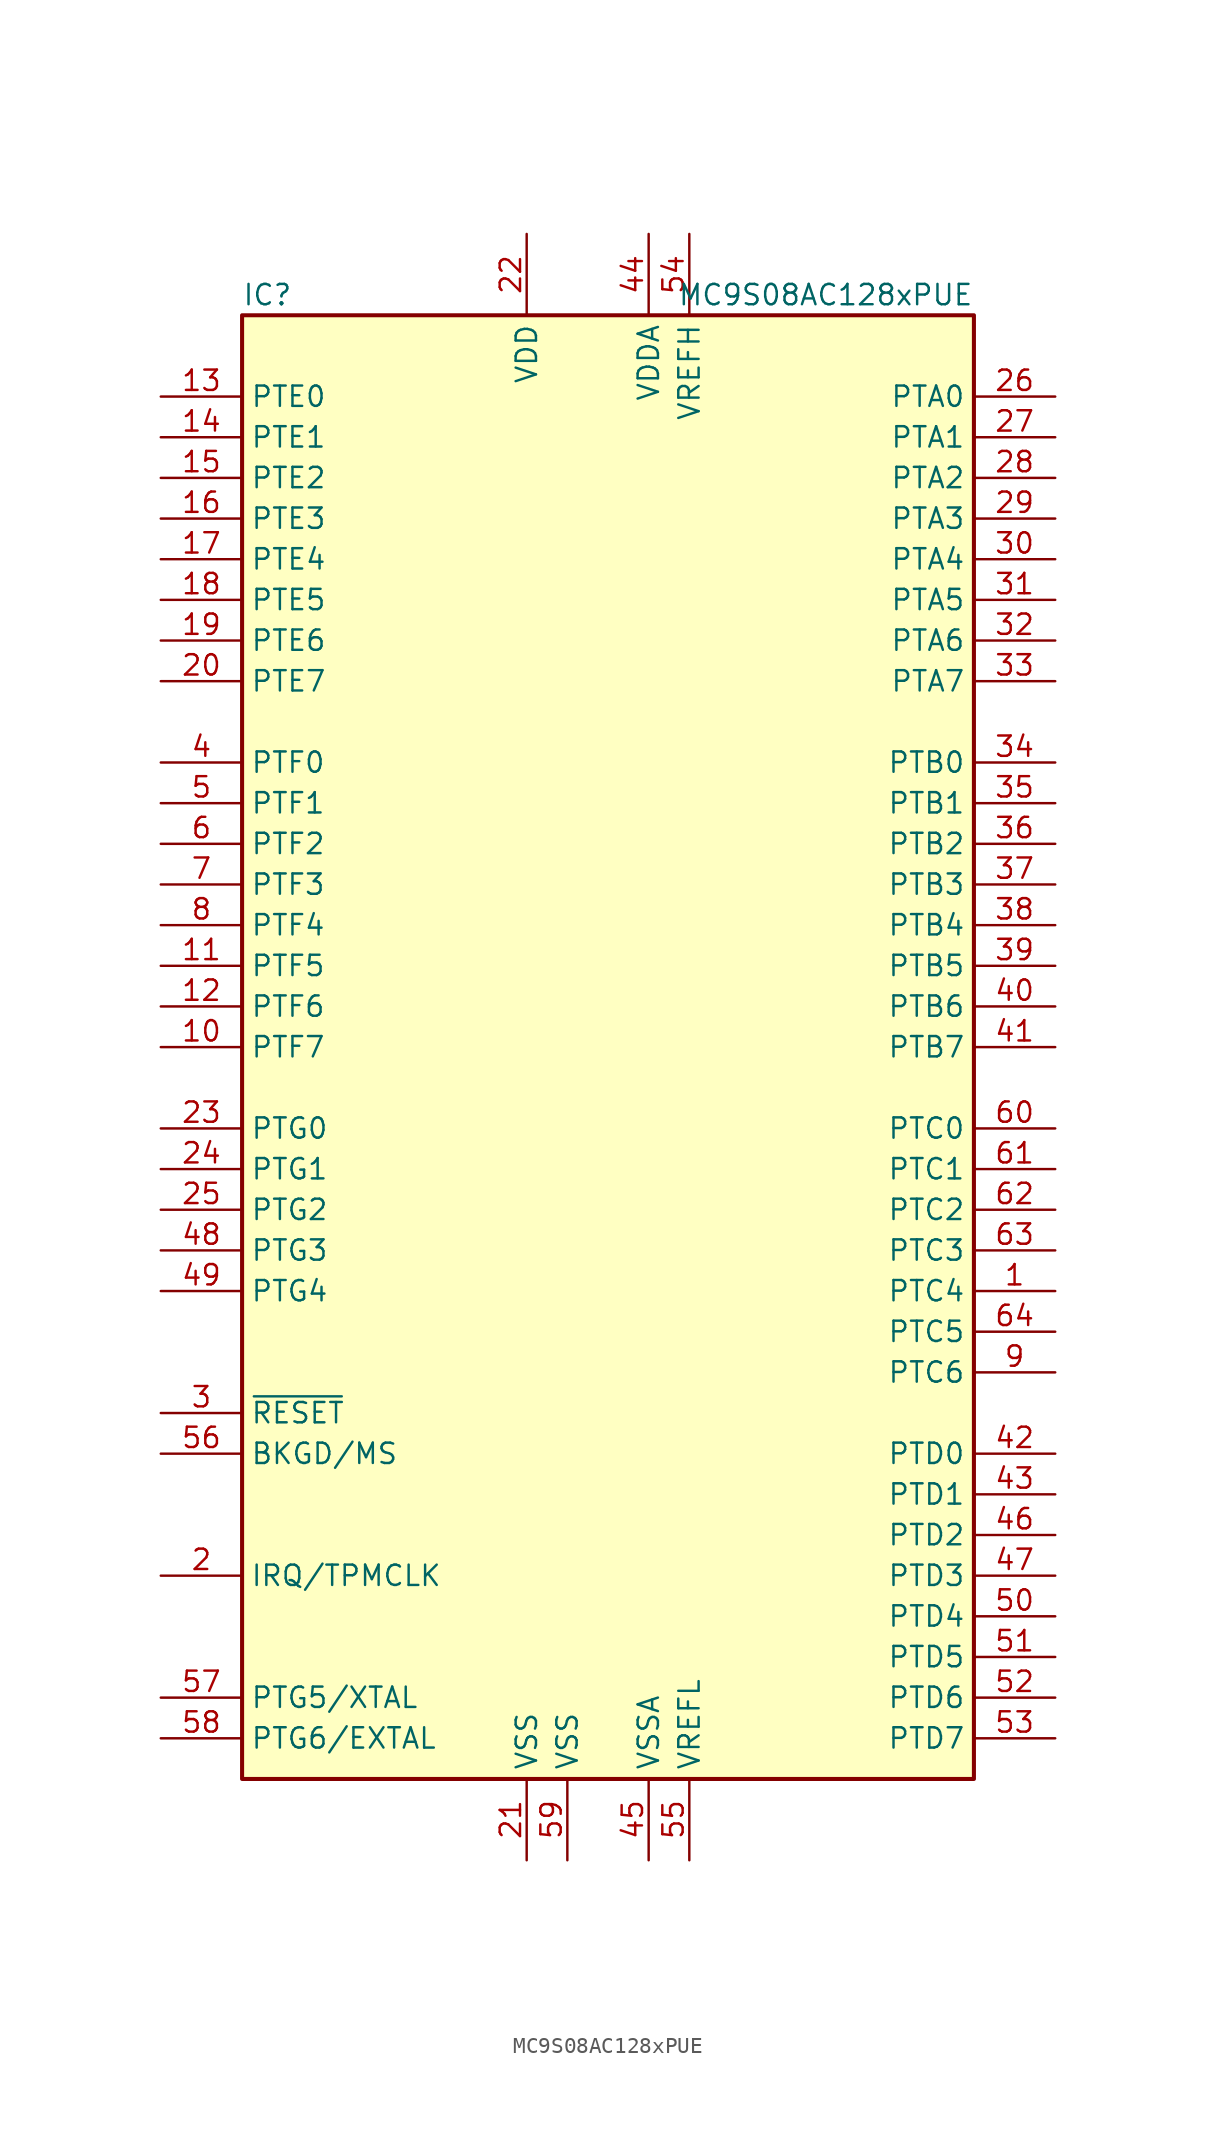
<source format=kicad_sym>
(kicad_symbol_lib
  (version 20201005)
  (generator kicad_symbol_editor)
  (symbol "MC9S08AC128xPUE"
    (property "Reference" "IC"
      (at -22.86 46.99 0)
      (effects (font (size 1.27 1.27)) (justify left)))
    (property "Value" "MC9S08AC128xPUE"
      (at 22.86 46.99 0)
      (effects (font (size 1.27 1.27)) (justify right)))
    (symbol "MC9S08AC128xPUE_0_1"
      (rectangle (start -22.86 45.72) (end 22.86 -45.72) (stroke (width 0.254)) (fill (type background))))
    (symbol "MC9S08AC128xPUE_1_1"
      (pin bidirectional line (at 27.94 -15.24 180) (length 5.08) (name "PTC4" (effects (font (size 1.27 1.27)))) (number "1" (effects (font (size 1.27 1.27)))))
      (pin bidirectional line (at -27.94 0 0) (length 5.08) (name "PTF7" (effects (font (size 1.27 1.27)))) (number "10" (effects (font (size 1.27 1.27)))))
      (pin bidirectional line (at -27.94 5.08 0) (length 5.08) (name "PTF5" (effects (font (size 1.27 1.27)))) (number "11" (effects (font (size 1.27 1.27)))))
      (pin bidirectional line (at -27.94 2.54 0) (length 5.08) (name "PTF6" (effects (font (size 1.27 1.27)))) (number "12" (effects (font (size 1.27 1.27)))))
      (pin bidirectional line (at -27.94 40.64 0) (length 5.08) (name "PTE0" (effects (font (size 1.27 1.27)))) (number "13" (effects (font (size 1.27 1.27)))))
      (pin bidirectional line (at -27.94 38.1 0) (length 5.08) (name "PTE1" (effects (font (size 1.27 1.27)))) (number "14" (effects (font (size 1.27 1.27)))))
      (pin bidirectional line (at -27.94 35.56 0) (length 5.08) (name "PTE2" (effects (font (size 1.27 1.27)))) (number "15" (effects (font (size 1.27 1.27)))))
      (pin bidirectional line (at -27.94 33.02 0) (length 5.08) (name "PTE3" (effects (font (size 1.27 1.27)))) (number "16" (effects (font (size 1.27 1.27)))))
      (pin bidirectional line (at -27.94 30.48 0) (length 5.08) (name "PTE4" (effects (font (size 1.27 1.27)))) (number "17" (effects (font (size 1.27 1.27)))))
      (pin bidirectional line (at -27.94 27.94 0) (length 5.08) (name "PTE5" (effects (font (size 1.27 1.27)))) (number "18" (effects (font (size 1.27 1.27)))))
      (pin bidirectional line (at -27.94 25.4 0) (length 5.08) (name "PTE6" (effects (font (size 1.27 1.27)))) (number "19" (effects (font (size 1.27 1.27)))))
      (pin input line (at -27.94 -33.02 0) (length 5.08) (name "IRQ/TPMCLK" (effects (font (size 1.27 1.27)))) (number "2" (effects (font (size 1.27 1.27)))))
      (pin bidirectional line (at -27.94 22.86 0) (length 5.08) (name "PTE7" (effects (font (size 1.27 1.27)))) (number "20" (effects (font (size 1.27 1.27)))))
      (pin power_in line (at -5.08 -50.8 90) (length 5.08) (name "VSS" (effects (font (size 1.27 1.27)))) (number "21" (effects (font (size 1.27 1.27)))))
      (pin power_in line (at -5.08 50.8 270) (length 5.08) (name "VDD" (effects (font (size 1.27 1.27)))) (number "22" (effects (font (size 1.27 1.27)))))
      (pin bidirectional line (at -27.94 -5.08 0) (length 5.08) (name "PTG0" (effects (font (size 1.27 1.27)))) (number "23" (effects (font (size 1.27 1.27)))))
      (pin bidirectional line (at -27.94 -7.62 0) (length 5.08) (name "PTG1" (effects (font (size 1.27 1.27)))) (number "24" (effects (font (size 1.27 1.27)))))
      (pin bidirectional line (at -27.94 -10.16 0) (length 5.08) (name "PTG2" (effects (font (size 1.27 1.27)))) (number "25" (effects (font (size 1.27 1.27)))))
      (pin bidirectional line (at 27.94 40.64 180) (length 5.08) (name "PTA0" (effects (font (size 1.27 1.27)))) (number "26" (effects (font (size 1.27 1.27)))))
      (pin bidirectional line (at 27.94 38.1 180) (length 5.08) (name "PTA1" (effects (font (size 1.27 1.27)))) (number "27" (effects (font (size 1.27 1.27)))))
      (pin bidirectional line (at 27.94 35.56 180) (length 5.08) (name "PTA2" (effects (font (size 1.27 1.27)))) (number "28" (effects (font (size 1.27 1.27)))))
      (pin bidirectional line (at 27.94 33.02 180) (length 5.08) (name "PTA3" (effects (font (size 1.27 1.27)))) (number "29" (effects (font (size 1.27 1.27)))))
      (pin input line (at -27.94 -22.86 0) (length 5.08) (name "~RESET" (effects (font (size 1.27 1.27)))) (number "3" (effects (font (size 1.27 1.27)))))
      (pin bidirectional line (at 27.94 30.48 180) (length 5.08) (name "PTA4" (effects (font (size 1.27 1.27)))) (number "30" (effects (font (size 1.27 1.27)))))
      (pin bidirectional line (at 27.94 27.94 180) (length 5.08) (name "PTA5" (effects (font (size 1.27 1.27)))) (number "31" (effects (font (size 1.27 1.27)))))
      (pin bidirectional line (at 27.94 25.4 180) (length 5.08) (name "PTA6" (effects (font (size 1.27 1.27)))) (number "32" (effects (font (size 1.27 1.27)))))
      (pin bidirectional line (at 27.94 22.86 180) (length 5.08) (name "PTA7" (effects (font (size 1.27 1.27)))) (number "33" (effects (font (size 1.27 1.27)))))
      (pin bidirectional line (at 27.94 17.78 180) (length 5.08) (name "PTB0" (effects (font (size 1.27 1.27)))) (number "34" (effects (font (size 1.27 1.27)))))
      (pin bidirectional line (at 27.94 15.24 180) (length 5.08) (name "PTB1" (effects (font (size 1.27 1.27)))) (number "35" (effects (font (size 1.27 1.27)))))
      (pin bidirectional line (at 27.94 12.7 180) (length 5.08) (name "PTB2" (effects (font (size 1.27 1.27)))) (number "36" (effects (font (size 1.27 1.27)))))
      (pin bidirectional line (at 27.94 10.16 180) (length 5.08) (name "PTB3" (effects (font (size 1.27 1.27)))) (number "37" (effects (font (size 1.27 1.27)))))
      (pin bidirectional line (at 27.94 7.62 180) (length 5.08) (name "PTB4" (effects (font (size 1.27 1.27)))) (number "38" (effects (font (size 1.27 1.27)))))
      (pin bidirectional line (at 27.94 5.08 180) (length 5.08) (name "PTB5" (effects (font (size 1.27 1.27)))) (number "39" (effects (font (size 1.27 1.27)))))
      (pin bidirectional line (at -27.94 17.78 0) (length 5.08) (name "PTF0" (effects (font (size 1.27 1.27)))) (number "4" (effects (font (size 1.27 1.27)))))
      (pin bidirectional line (at 27.94 2.54 180) (length 5.08) (name "PTB6" (effects (font (size 1.27 1.27)))) (number "40" (effects (font (size 1.27 1.27)))))
      (pin bidirectional line (at 27.94 0 180) (length 5.08) (name "PTB7" (effects (font (size 1.27 1.27)))) (number "41" (effects (font (size 1.27 1.27)))))
      (pin bidirectional line (at 27.94 -25.4 180) (length 5.08) (name "PTD0" (effects (font (size 1.27 1.27)))) (number "42" (effects (font (size 1.27 1.27)))))
      (pin bidirectional line (at 27.94 -27.94 180) (length 5.08) (name "PTD1" (effects (font (size 1.27 1.27)))) (number "43" (effects (font (size 1.27 1.27)))))
      (pin power_in line (at 2.54 50.8 270) (length 5.08) (name "VDDA" (effects (font (size 1.27 1.27)))) (number "44" (effects (font (size 1.27 1.27)))))
      (pin power_in line (at 2.54 -50.8 90) (length 5.08) (name "VSSA" (effects (font (size 1.27 1.27)))) (number "45" (effects (font (size 1.27 1.27)))))
      (pin bidirectional line (at 27.94 -30.48 180) (length 5.08) (name "PTD2" (effects (font (size 1.27 1.27)))) (number "46" (effects (font (size 1.27 1.27)))))
      (pin bidirectional line (at 27.94 -33.02 180) (length 5.08) (name "PTD3" (effects (font (size 1.27 1.27)))) (number "47" (effects (font (size 1.27 1.27)))))
      (pin bidirectional line (at -27.94 -12.7 0) (length 5.08) (name "PTG3" (effects (font (size 1.27 1.27)))) (number "48" (effects (font (size 1.27 1.27)))))
      (pin bidirectional line (at -27.94 -15.24 0) (length 5.08) (name "PTG4" (effects (font (size 1.27 1.27)))) (number "49" (effects (font (size 1.27 1.27)))))
      (pin bidirectional line (at -27.94 15.24 0) (length 5.08) (name "PTF1" (effects (font (size 1.27 1.27)))) (number "5" (effects (font (size 1.27 1.27)))))
      (pin bidirectional line (at 27.94 -35.56 180) (length 5.08) (name "PTD4" (effects (font (size 1.27 1.27)))) (number "50" (effects (font (size 1.27 1.27)))))
      (pin bidirectional line (at 27.94 -38.1 180) (length 5.08) (name "PTD5" (effects (font (size 1.27 1.27)))) (number "51" (effects (font (size 1.27 1.27)))))
      (pin bidirectional line (at 27.94 -40.64 180) (length 5.08) (name "PTD6" (effects (font (size 1.27 1.27)))) (number "52" (effects (font (size 1.27 1.27)))))
      (pin bidirectional line (at 27.94 -43.18 180) (length 5.08) (name "PTD7" (effects (font (size 1.27 1.27)))) (number "53" (effects (font (size 1.27 1.27)))))
      (pin power_in line (at 5.08 50.8 270) (length 5.08) (name "VREFH" (effects (font (size 1.27 1.27)))) (number "54" (effects (font (size 1.27 1.27)))))
      (pin power_in line (at 5.08 -50.8 90) (length 5.08) (name "VREFL" (effects (font (size 1.27 1.27)))) (number "55" (effects (font (size 1.27 1.27)))))
      (pin bidirectional line (at -27.94 -25.4 0) (length 5.08) (name "BKGD/MS" (effects (font (size 1.27 1.27)))) (number "56" (effects (font (size 1.27 1.27)))))
      (pin bidirectional line (at -27.94 -40.64 0) (length 5.08) (name "PTG5/XTAL" (effects (font (size 1.27 1.27)))) (number "57" (effects (font (size 1.27 1.27)))))
      (pin bidirectional line (at -27.94 -43.18 0) (length 5.08) (name "PTG6/EXTAL" (effects (font (size 1.27 1.27)))) (number "58" (effects (font (size 1.27 1.27)))))
      (pin power_in line (at -2.54 -50.8 90) (length 5.08) (name "VSS" (effects (font (size 1.27 1.27)))) (number "59" (effects (font (size 1.27 1.27)))))
      (pin bidirectional line (at -27.94 12.7 0) (length 5.08) (name "PTF2" (effects (font (size 1.27 1.27)))) (number "6" (effects (font (size 1.27 1.27)))))
      (pin bidirectional line (at 27.94 -5.08 180) (length 5.08) (name "PTC0" (effects (font (size 1.27 1.27)))) (number "60" (effects (font (size 1.27 1.27)))))
      (pin bidirectional line (at 27.94 -7.62 180) (length 5.08) (name "PTC1" (effects (font (size 1.27 1.27)))) (number "61" (effects (font (size 1.27 1.27)))))
      (pin bidirectional line (at 27.94 -10.16 180) (length 5.08) (name "PTC2" (effects (font (size 1.27 1.27)))) (number "62" (effects (font (size 1.27 1.27)))))
      (pin bidirectional line (at 27.94 -12.7 180) (length 5.08) (name "PTC3" (effects (font (size 1.27 1.27)))) (number "63" (effects (font (size 1.27 1.27)))))
      (pin bidirectional line (at 27.94 -17.78 180) (length 5.08) (name "PTC5" (effects (font (size 1.27 1.27)))) (number "64" (effects (font (size 1.27 1.27)))))
      (pin bidirectional line (at -27.94 10.16 0) (length 5.08) (name "PTF3" (effects (font (size 1.27 1.27)))) (number "7" (effects (font (size 1.27 1.27)))))
      (pin bidirectional line (at -27.94 7.62 0) (length 5.08) (name "PTF4" (effects (font (size 1.27 1.27)))) (number "8" (effects (font (size 1.27 1.27)))))
      (pin bidirectional line (at 27.94 -20.32 180) (length 5.08) (name "PTC6" (effects (font (size 1.27 1.27)))) (number "9" (effects (font (size 1.27 1.27))))))))
</source>
